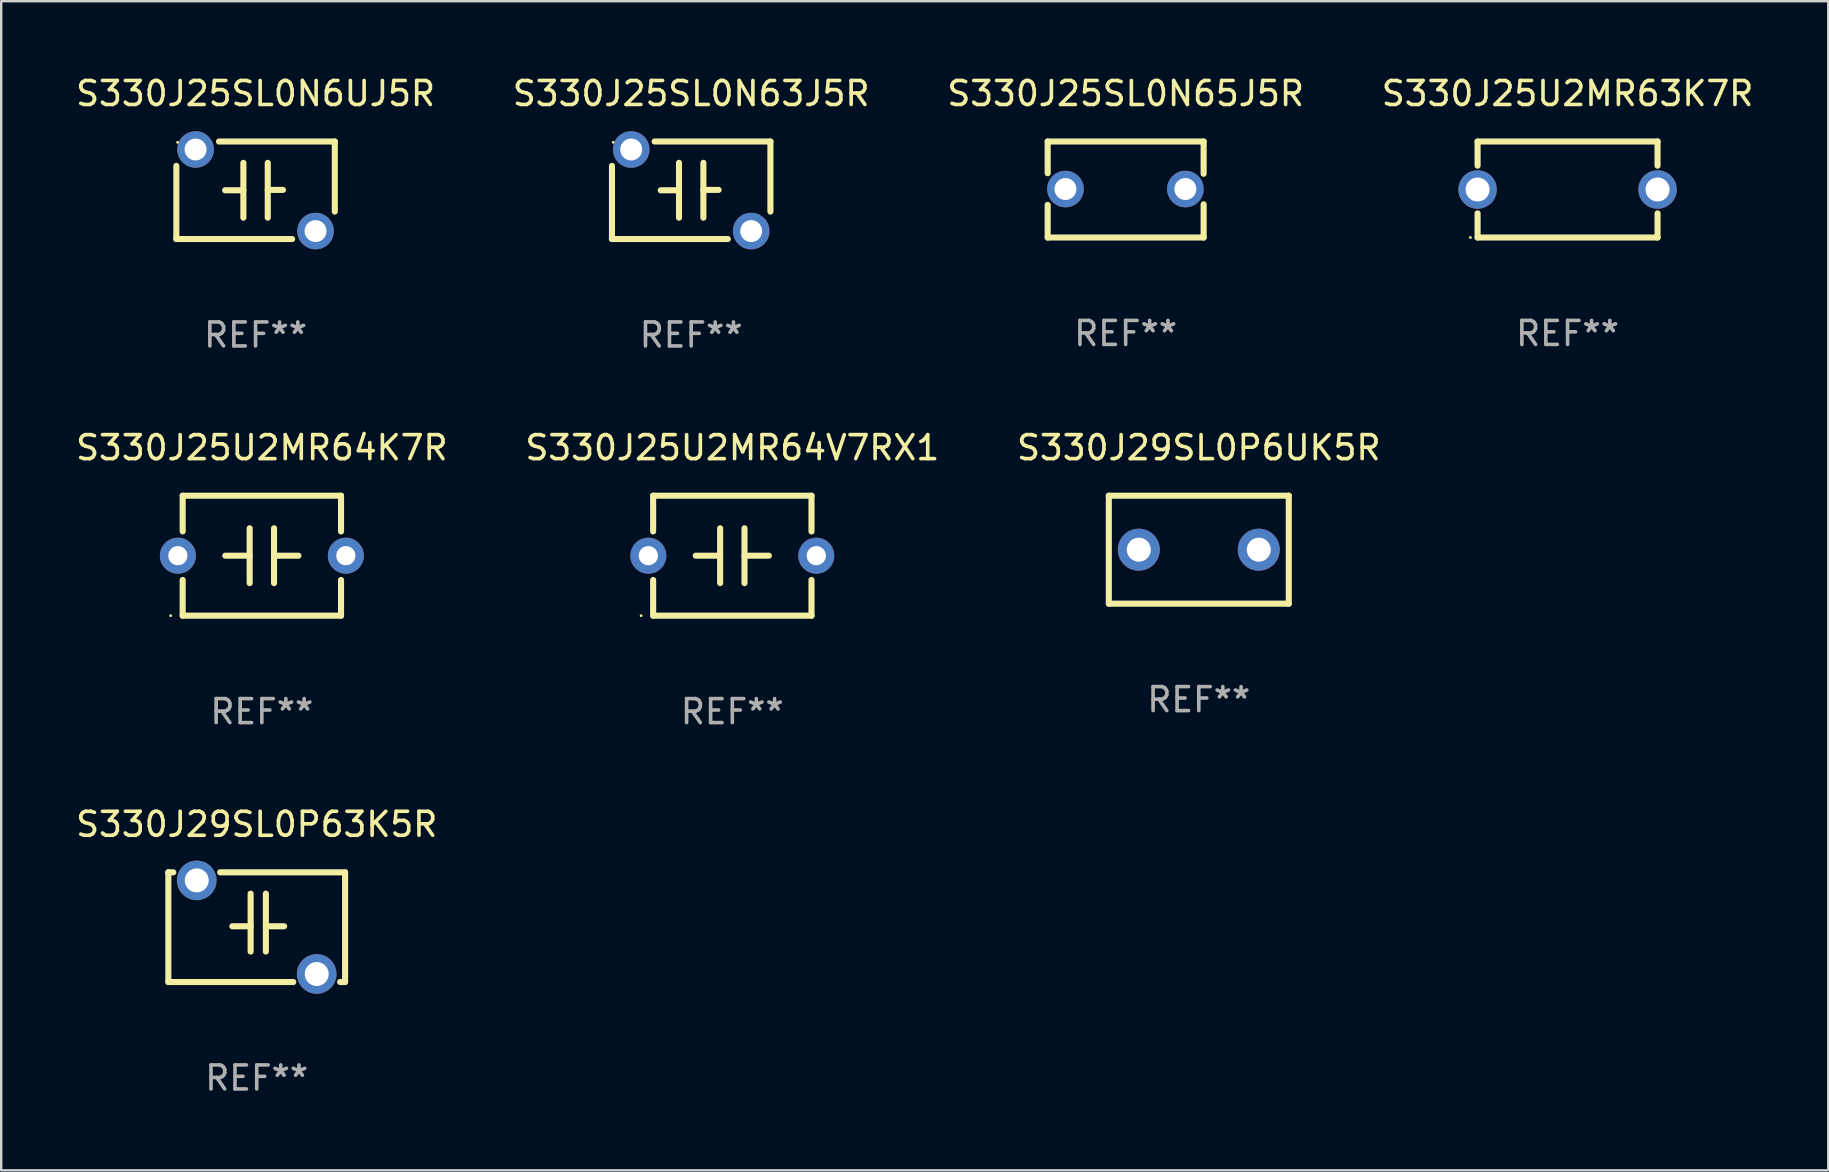
<source format=kicad_pcb>
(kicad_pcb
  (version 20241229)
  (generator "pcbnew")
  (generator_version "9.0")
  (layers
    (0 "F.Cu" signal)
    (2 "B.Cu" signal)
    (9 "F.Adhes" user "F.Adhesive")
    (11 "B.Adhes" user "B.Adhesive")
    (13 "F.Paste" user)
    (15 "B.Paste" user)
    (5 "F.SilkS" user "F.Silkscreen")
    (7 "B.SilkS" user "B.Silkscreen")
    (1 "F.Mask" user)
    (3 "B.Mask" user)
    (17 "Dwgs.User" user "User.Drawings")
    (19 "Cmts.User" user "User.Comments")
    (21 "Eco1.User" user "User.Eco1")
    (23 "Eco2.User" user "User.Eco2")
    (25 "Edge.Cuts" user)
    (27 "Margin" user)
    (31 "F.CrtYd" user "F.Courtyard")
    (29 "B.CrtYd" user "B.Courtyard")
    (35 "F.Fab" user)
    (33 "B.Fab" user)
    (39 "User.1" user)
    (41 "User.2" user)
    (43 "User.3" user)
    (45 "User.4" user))
  (footprint "S330J25U2MR64V7RX1"
    (layer "F.Cu")
    (at 27.47 20.109)
    (property "Reference" "S330J25U2MR64V7RX1" (at 0 -4.5 0) (layer "F.SilkS") (effects (font (size 1 1) (thickness 0.15))))
    (attr through_hole)
    (fp_line (start -3.3 -2.5) (end -3.3 -1.012) (stroke (width 0.254) (type solid)) (layer "F.SilkS"))
    (fp_line (start -3.3 -2.5) (end 3.3 -2.5) (stroke (width 0.254) (type solid)) (layer "F.SilkS"))
    (fp_line (start -3.3 1.012) (end -3.3 2.5) (stroke (width 0.254) (type solid)) (layer "F.SilkS"))
    (fp_line (start -0.508 0.000025) (end -1.524 0.000025) (stroke (width 0.254) (type solid)) (layer "F.SilkS"))
    (fp_line (start -0.508 1.143) (end -0.508 -1.143) (stroke (width 0.254) (type solid)) (layer "F.SilkS"))
    (fp_line (start 0.508 -1.143) (end 0.508 1.143) (stroke (width 0.254) (type solid)) (layer "F.SilkS"))
    (fp_line (start 0.508 -0.000025) (end 1.524 -0.000025) (stroke (width 0.254) (type solid)) (layer "F.SilkS"))
    (fp_line (start 3.3 -2.5) (end 3.3 -1.011) (stroke (width 0.254) (type solid)) (layer "F.SilkS"))
    (fp_line (start 3.3 1.011) (end 3.3 2.5) (stroke (width 0.254) (type solid)) (layer "F.SilkS"))
    (fp_line (start 3.3 2.5) (end -3.3 2.5) (stroke (width 0.254) (type solid)) (layer "F.SilkS"))
    (fp_circle (center -3.8 2.5) (end -3.77 2.5) (stroke (width 0.06) (type solid)) (fill no) (layer "F.SilkS"))
    (fp_text user "REF**" (at 0 6.5 0) (layer "F.Fab") (effects (font (size 1 1) (thickness 0.15))))
    (pad "1" thru_hole circle (at -3.5 0) (size 1.5 1.5) (drill 0.8) (layers "*.Cu" "*.Mask"))
    (pad "2" thru_hole circle (at 3.5 0) (size 1.5 1.5) (drill 0.8) (layers "*.Cu" "*.Mask")))
  (footprint "S330J29SL0P6UK5R"
    (layer "F.Cu")
    (at 46.911 19.859)
    (property "Reference" "S330J29SL0P6UK5R" (at 0 -4.25 0) (layer "F.SilkS") (effects (font (size 1 1) (thickness 0.15))))
    (attr through_hole)
    (fp_line (start -3.75 -2.25) (end -3.75 2.25) (stroke (width 0.254) (type solid)) (layer "F.SilkS"))
    (fp_line (start -3.75 -2.25) (end 3.75 -2.25) (stroke (width 0.254) (type solid)) (layer "F.SilkS"))
    (fp_line (start 3.75 -2.25) (end 3.75 2.25) (stroke (width 0.254) (type solid)) (layer "F.SilkS"))
    (fp_line (start 3.75 2.25) (end -3.75 2.25) (stroke (width 0.254) (type solid)) (layer "F.SilkS"))
    (fp_circle (center -3.75 2.25) (end -3.72 2.25) (stroke (width 0.06) (type solid)) (fill no) (layer "F.SilkS"))
    (fp_text user "REF**" (at 0 6.25 0) (layer "F.Fab") (effects (font (size 1 1) (thickness 0.15))))
    (pad "1" thru_hole circle (at -2.5 0) (size 1.75 1.75) (drill 1) (layers "*.Cu" "*.Mask"))
    (pad "2" thru_hole circle (at 2.5 0) (size 1.75 1.75) (drill 1) (layers "*.Cu" "*.Mask")))
  (footprint "S330J25SL0N6UJ5R"
    (layer "F.Cu")
    (at 7.601 4.88)
    (property "Reference" "S330J25SL0N6UJ5R" (at 0 -4.032 0) (layer "F.SilkS") (effects (font (size 1 1) (thickness 0.15))))
    (attr through_hole)
    (fp_line (start -3.302 2.032) (end -3.302 -1.016) (stroke (width 0.254) (type solid)) (layer "F.SilkS"))
    (fp_line (start -3.302 2.032) (end 1.524 2.032) (stroke (width 0.254) (type solid)) (layer "F.SilkS"))
    (fp_line (start -1.524 -2.032) (end 3.302 -2.032) (stroke (width 0.254) (type solid)) (layer "F.SilkS"))
    (fp_line (start -1.27 0) (end -0.508 0) (stroke (width 0.254) (type solid)) (layer "F.SilkS"))
    (fp_line (start -0.508 1.143) (end -0.508 -1.143) (stroke (width 0.254) (type solid)) (layer "F.SilkS"))
    (fp_line (start 0.508 -0.016) (end 1.143 -0.016) (stroke (width 0.254) (type solid)) (layer "F.SilkS"))
    (fp_line (start 0.508 1.143) (end 0.508 -1.143) (stroke (width 0.254) (type solid)) (layer "F.SilkS"))
    (fp_line (start 3.302 -2.032) (end 3.302 0.889) (stroke (width 0.254) (type solid)) (layer "F.SilkS"))
    (fp_circle (center -3.25 -2) (end -3.22 -2) (stroke (width 0.06) (type solid)) (fill no) (layer "F.SilkS"))
    (fp_text user "REF**" (at 0 6.032 0) (layer "F.Fab") (effects (font (size 1 1) (thickness 0.15))))
    (pad "1" thru_hole circle (at -2.5 -1.7) (size 1.524 1.524) (drill 0.914) (layers "*.Cu" "*.Mask"))
    (pad "2" thru_hole circle (at 2.5 1.7) (size 1.524 1.524) (drill 0.914) (layers "*.Cu" "*.Mask")))
  (footprint "S330J25U2MR64K7R"
    (layer "F.Cu")
    (at 7.863 20.109)
    (property "Reference" "S330J25U2MR64K7R" (at 0 -4.5 0) (layer "F.SilkS") (effects (font (size 1 1) (thickness 0.15))))
    (attr through_hole)
    (fp_line (start -3.3 -2.5) (end -3.3 -1.012) (stroke (width 0.254) (type solid)) (layer "F.SilkS"))
    (fp_line (start -3.3 -2.5) (end 3.3 -2.5) (stroke (width 0.254) (type solid)) (layer "F.SilkS"))
    (fp_line (start -3.3 1.012) (end -3.3 2.5) (stroke (width 0.254) (type solid)) (layer "F.SilkS"))
    (fp_line (start -0.508 0.000025) (end -1.524 0.000025) (stroke (width 0.254) (type solid)) (layer "F.SilkS"))
    (fp_line (start -0.508 1.143) (end -0.508 -1.143) (stroke (width 0.254) (type solid)) (layer "F.SilkS"))
    (fp_line (start 0.508 -1.143) (end 0.508 1.143) (stroke (width 0.254) (type solid)) (layer "F.SilkS"))
    (fp_line (start 0.508 -0.000025) (end 1.524 -0.000025) (stroke (width 0.254) (type solid)) (layer "F.SilkS"))
    (fp_line (start 3.3 -2.5) (end 3.3 -1.011) (stroke (width 0.254) (type solid)) (layer "F.SilkS"))
    (fp_line (start 3.3 1.011) (end 3.3 2.5) (stroke (width 0.254) (type solid)) (layer "F.SilkS"))
    (fp_line (start 3.3 2.5) (end -3.3 2.5) (stroke (width 0.254) (type solid)) (layer "F.SilkS"))
    (fp_circle (center -3.8 2.5) (end -3.77 2.5) (stroke (width 0.06) (type solid)) (fill no) (layer "F.SilkS"))
    (fp_text user "REF**" (at 0 6.5 0) (layer "F.Fab") (effects (font (size 1 1) (thickness 0.15))))
    (pad "1" thru_hole circle (at -3.5 0) (size 1.5 1.5) (drill 0.8) (layers "*.Cu" "*.Mask"))
    (pad "2" thru_hole circle (at 3.5 0) (size 1.5 1.5) (drill 0.8) (layers "*.Cu" "*.Mask")))
  (footprint "S330J25SL0N65J5R"
    (layer "F.Cu")
    (at 43.863 4.848)
    (property "Reference" "S330J25SL0N65J5R" (at 0 -4 0) (layer "F.SilkS") (effects (font (size 1 1) (thickness 0.15))))
    (attr through_hole)
    (fp_line (start -3.25 -2) (end -3.25 -0.68) (stroke (width 0.254) (type solid)) (layer "F.SilkS"))
    (fp_line (start -3.25 -2) (end 3.25 -2) (stroke (width 0.254) (type solid)) (layer "F.SilkS"))
    (fp_line (start -3.25 0.64) (end -3.25 2) (stroke (width 0.254) (type solid)) (layer "F.SilkS"))
    (fp_line (start 3.25 -2) (end 3.25 -0.657) (stroke (width 0.254) (type solid)) (layer "F.SilkS"))
    (fp_line (start 3.25 0.617) (end 3.25 2) (stroke (width 0.254) (type solid)) (layer "F.SilkS"))
    (fp_line (start 3.25 2) (end -3.25 2) (stroke (width 0.254) (type solid)) (layer "F.SilkS"))
    (fp_circle (center -3.26 1.98) (end -3.23 1.98) (stroke (width 0.06) (type solid)) (fill no) (layer "F.SilkS"))
    (fp_text user "REF**" (at 0 6 0) (layer "F.Fab") (effects (font (size 1 1) (thickness 0.15))))
    (pad "1" thru_hole circle (at -2.509 -0.02) (size 1.524 1.524) (drill 0.914) (layers "*.Cu" "*.Mask"))
    (pad "2" thru_hole circle (at 2.489 -0.02) (size 1.524 1.524) (drill 0.914) (layers "*.Cu" "*.Mask")))
  (footprint "S330J25U2MR63K7R"
    (layer "F.Cu")
    (at 62.28 4.848)
    (property "Reference" "S330J25U2MR63K7R" (at 0 -4 0) (layer "F.SilkS") (effects (font (size 1 1) (thickness 0.15))))
    (attr through_hole)
    (fp_line (start -3.75 -2) (end 3.75 -2) (stroke (width 0.254) (type solid)) (layer "F.SilkS"))
    (fp_line (start -3.75 -0.993) (end -3.75 -2) (stroke (width 0.254) (type solid)) (layer "F.SilkS"))
    (fp_line (start -3.75 2) (end -3.75 0.993) (stroke (width 0.254) (type solid)) (layer "F.SilkS"))
    (fp_line (start 3.75 -2) (end 3.75 -0.993) (stroke (width 0.254) (type solid)) (layer "F.SilkS"))
    (fp_line (start 3.75 0.993) (end 3.75 2) (stroke (width 0.254) (type solid)) (layer "F.SilkS"))
    (fp_line (start 3.75 2) (end -3.75 2) (stroke (width 0.254) (type solid)) (layer "F.SilkS"))
    (fp_circle (center -4.05 2) (end -4.02 2) (stroke (width 0.06) (type solid)) (fill no) (layer "F.SilkS"))
    (fp_text user "REF**" (at 0 6 0) (layer "F.Fab") (effects (font (size 1 1) (thickness 0.15))))
    (pad "1" thru_hole circle (at -3.75 0) (size 1.6 1.6) (drill 1) (layers "*.Cu" "*.Mask"))
    (pad "2" thru_hole circle (at 3.75 0) (size 1.6 1.6) (drill 1) (layers "*.Cu" "*.Mask")))
  (footprint "S330J25SL0N63J5R"
    (layer "F.Cu")
    (at 25.756 4.88)
    (property "Reference" "S330J25SL0N63J5R" (at 0 -4.032 0) (layer "F.SilkS") (effects (font (size 1 1) (thickness 0.15))))
    (attr through_hole)
    (fp_line (start -3.302 2.032) (end -3.302 -1.016) (stroke (width 0.254) (type solid)) (layer "F.SilkS"))
    (fp_line (start -3.302 2.032) (end 1.524 2.032) (stroke (width 0.254) (type solid)) (layer "F.SilkS"))
    (fp_line (start -1.524 -2.032) (end 3.302 -2.032) (stroke (width 0.254) (type solid)) (layer "F.SilkS"))
    (fp_line (start -1.27 0) (end -0.508 0) (stroke (width 0.254) (type solid)) (layer "F.SilkS"))
    (fp_line (start -0.508 1.143) (end -0.508 -1.143) (stroke (width 0.254) (type solid)) (layer "F.SilkS"))
    (fp_line (start 0.508 -0.016) (end 1.143 -0.016) (stroke (width 0.254) (type solid)) (layer "F.SilkS"))
    (fp_line (start 0.508 1.143) (end 0.508 -1.143) (stroke (width 0.254) (type solid)) (layer "F.SilkS"))
    (fp_line (start 3.302 -2.032) (end 3.302 0.889) (stroke (width 0.254) (type solid)) (layer "F.SilkS"))
    (fp_circle (center -3.25 -2) (end -3.22 -2) (stroke (width 0.06) (type solid)) (fill no) (layer "F.SilkS"))
    (fp_text user "REF**" (at 0 6.032 0) (layer "F.Fab") (effects (font (size 1 1) (thickness 0.15))))
    (pad "1" thru_hole circle (at -2.5 -1.7) (size 1.524 1.524) (drill 0.914) (layers "*.Cu" "*.Mask"))
    (pad "2" thru_hole circle (at 2.5 1.7) (size 1.524 1.524) (drill 0.914) (layers "*.Cu" "*.Mask")))
  (footprint "S330J29SL0P63K5R"
    (layer "F.Cu")
    (at 7.649 35.591)
    (property "Reference" "S330J29SL0P63K5R" (at 0 -4.286 0) (layer "F.SilkS") (effects (font (size 1 1) (thickness 0.15))))
    (attr through_hole)
    (fp_line (start -3.683 -2.286) (end -3.475 -2.286) (stroke (width 0.254) (type solid)) (layer "F.SilkS"))
    (fp_line (start -3.683 2.286) (end -3.683 -2.286) (stroke (width 0.254) (type solid)) (layer "F.SilkS"))
    (fp_line (start -1.525 -2.286) (end 3.683 -2.286) (stroke (width 0.254) (type solid)) (layer "F.SilkS"))
    (fp_line (start -0.254 -0.038) (end -1.016 -0.038) (stroke (width 0.254) (type solid)) (layer "F.SilkS"))
    (fp_line (start -0.254 1.016) (end -0.254 -1.397) (stroke (width 0.254) (type solid)) (layer "F.SilkS"))
    (fp_line (start 0.381 -0.038) (end 1.143 -0.038) (stroke (width 0.254) (type solid)) (layer "F.SilkS"))
    (fp_line (start 0.381 1.016) (end 0.381 -1.397) (stroke (width 0.254) (type solid)) (layer "F.SilkS"))
    (fp_line (start 1.525 2.286) (end -3.683 2.286) (stroke (width 0.254) (type solid)) (layer "F.SilkS"))
    (fp_line (start 3.683 -2.286) (end 3.683 2.286) (stroke (width 0.254) (type solid)) (layer "F.SilkS"))
    (fp_line (start 3.683 2.286) (end 3.475 2.286) (stroke (width 0.254) (type solid)) (layer "F.SilkS"))
    (fp_circle (center -3.75 -2.25) (end -3.72 -2.25) (stroke (width 0.06) (type solid)) (fill no) (layer "F.SilkS"))
    (fp_text user "REF**" (at 0 6.286 0) (layer "F.Fab") (effects (font (size 1 1) (thickness 0.15))))
    (pad "1" thru_hole circle (at -2.5 -1.95) (size 1.65 1.65) (drill 1) (layers "*.Cu" "*.Mask"))
    (pad "2" thru_hole circle (at 2.5 1.95) (size 1.65 1.65) (drill 1) (layers "*.Cu" "*.Mask")))
  (gr_rect
    (start -3 -3)
    (end 73.143 45.726)
    (stroke (width 0.1) (type default))
    (fill no)
    (layer "Edge.Cuts")))
</source>
